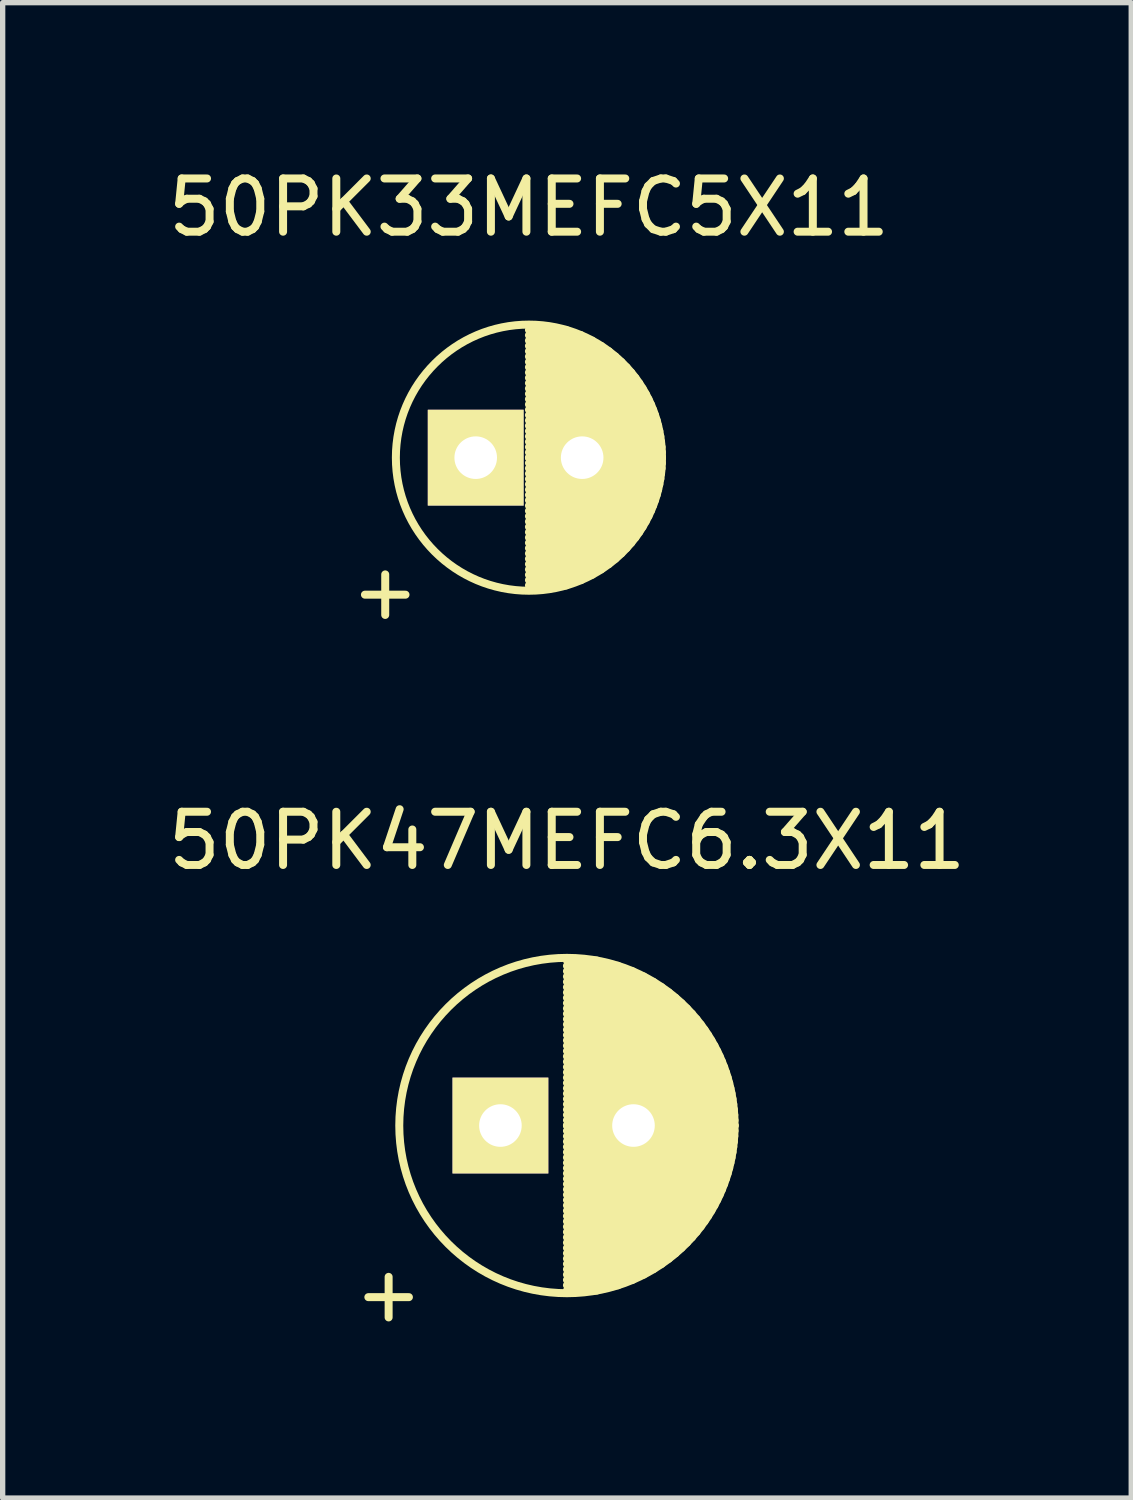
<source format=kicad_pcb>
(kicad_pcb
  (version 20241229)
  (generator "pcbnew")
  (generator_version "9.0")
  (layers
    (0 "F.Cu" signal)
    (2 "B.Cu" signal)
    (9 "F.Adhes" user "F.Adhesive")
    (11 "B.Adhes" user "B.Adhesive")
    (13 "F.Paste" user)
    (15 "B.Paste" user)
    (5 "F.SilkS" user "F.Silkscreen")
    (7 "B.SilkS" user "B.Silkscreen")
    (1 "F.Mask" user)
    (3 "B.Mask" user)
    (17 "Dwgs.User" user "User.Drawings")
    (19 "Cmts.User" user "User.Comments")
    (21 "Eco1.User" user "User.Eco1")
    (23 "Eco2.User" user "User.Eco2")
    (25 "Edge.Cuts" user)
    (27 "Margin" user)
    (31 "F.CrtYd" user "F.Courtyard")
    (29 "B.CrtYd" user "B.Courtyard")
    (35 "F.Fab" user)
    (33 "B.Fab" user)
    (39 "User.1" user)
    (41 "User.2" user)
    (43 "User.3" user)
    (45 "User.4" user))
  (footprint "50PK47MEFC6.3X11"
    (layer "F.Cu")
    (at 6.351 18.095)
    (property "Reference" "50PK47MEFC6.3X11" (at 1.25 -5.35 0) (layer "F.SilkS") (effects (font (size 1 1) (thickness 0.15))))
    (attr through_hole)
    (fp_line (start 1.25 -3.1) (end 1.809 -3.1) (stroke (width 0.15) (type solid)) (layer "F.SilkS"))
    (fp_line (start 1.25 -3) (end 2.21 -3) (stroke (width 0.15) (type solid)) (layer "F.SilkS"))
    (fp_line (start 1.25 -2.9) (end 2.48 -2.9) (stroke (width 0.15) (type solid)) (layer "F.SilkS"))
    (fp_line (start 1.25 -2.8) (end 2.693 -2.8) (stroke (width 0.15) (type solid)) (layer "F.SilkS"))
    (fp_line (start 1.25 -2.7) (end 2.872 -2.7) (stroke (width 0.15) (type solid)) (layer "F.SilkS"))
    (fp_line (start 1.25 -2.6) (end 3.028 -2.6) (stroke (width 0.15) (type solid)) (layer "F.SilkS"))
    (fp_line (start 1.25 -2.5) (end 3.166 -2.5) (stroke (width 0.15) (type solid)) (layer "F.SilkS"))
    (fp_line (start 1.25 -2.4) (end 3.29 -2.4) (stroke (width 0.15) (type solid)) (layer "F.SilkS"))
    (fp_line (start 1.25 -2.3) (end 3.402 -2.3) (stroke (width 0.15) (type solid)) (layer "F.SilkS"))
    (fp_line (start 1.25 -2.2) (end 3.504 -2.2) (stroke (width 0.15) (type solid)) (layer "F.SilkS"))
    (fp_line (start 1.25 -2.1) (end 3.598 -2.1) (stroke (width 0.15) (type solid)) (layer "F.SilkS"))
    (fp_line (start 1.25 -2) (end 3.684 -2) (stroke (width 0.15) (type solid)) (layer "F.SilkS"))
    (fp_line (start 1.25 -1.9) (end 3.762 -1.9) (stroke (width 0.15) (type solid)) (layer "F.SilkS"))
    (fp_line (start 1.25 -1.8) (end 3.835 -1.8) (stroke (width 0.15) (type solid)) (layer "F.SilkS"))
    (fp_line (start 1.25 -1.7) (end 3.902 -1.7) (stroke (width 0.15) (type solid)) (layer "F.SilkS"))
    (fp_line (start 1.25 -1.6) (end 3.963 -1.6) (stroke (width 0.15) (type solid)) (layer "F.SilkS"))
    (fp_line (start 1.25 -1.5) (end 4.02 -1.5) (stroke (width 0.15) (type solid)) (layer "F.SilkS"))
    (fp_line (start 1.25 -1.4) (end 4.072 -1.4) (stroke (width 0.15) (type solid)) (layer "F.SilkS"))
    (fp_line (start 1.25 -1.3) (end 4.119 -1.3) (stroke (width 0.15) (type solid)) (layer "F.SilkS"))
    (fp_line (start 1.25 -1.2) (end 4.162 -1.2) (stroke (width 0.15) (type solid)) (layer "F.SilkS"))
    (fp_line (start 1.25 -1.1) (end 4.202 -1.1) (stroke (width 0.15) (type solid)) (layer "F.SilkS"))
    (fp_line (start 1.25 -1) (end 4.237 -1) (stroke (width 0.15) (type solid)) (layer "F.SilkS"))
    (fp_line (start 1.25 -0.9) (end 4.269 -0.9) (stroke (width 0.15) (type solid)) (layer "F.SilkS"))
    (fp_line (start 1.25 -0.8) (end 4.297 -0.8) (stroke (width 0.15) (type solid)) (layer "F.SilkS"))
    (fp_line (start 1.25 -0.7) (end 4.321 -0.7) (stroke (width 0.15) (type solid)) (layer "F.SilkS"))
    (fp_line (start 1.25 -0.6) (end 4.342 -0.6) (stroke (width 0.15) (type solid)) (layer "F.SilkS"))
    (fp_line (start 1.25 -0.5) (end 4.36 -0.5) (stroke (width 0.15) (type solid)) (layer "F.SilkS"))
    (fp_line (start 1.25 -0.4) (end 4.375 -0.4) (stroke (width 0.15) (type solid)) (layer "F.SilkS"))
    (fp_line (start 1.25 -0.3) (end 4.386 -0.3) (stroke (width 0.15) (type solid)) (layer "F.SilkS"))
    (fp_line (start 1.25 -0.2) (end 4.394 -0.2) (stroke (width 0.15) (type solid)) (layer "F.SilkS"))
    (fp_line (start 1.25 -0.1) (end 4.398 -0.1) (stroke (width 0.15) (type solid)) (layer "F.SilkS"))
    (fp_line (start 1.25 0) (end 4.4 0) (stroke (width 0.15) (type solid)) (layer "F.SilkS"))
    (fp_line (start 1.25 0) (end 4.4 0) (stroke (width 0.15) (type solid)) (layer "F.SilkS"))
    (fp_line (start 1.25 0.1) (end 4.398 0.1) (stroke (width 0.15) (type solid)) (layer "F.SilkS"))
    (fp_line (start 1.25 0.2) (end 4.394 0.2) (stroke (width 0.15) (type solid)) (layer "F.SilkS"))
    (fp_line (start 1.25 0.3) (end 4.386 0.3) (stroke (width 0.15) (type solid)) (layer "F.SilkS"))
    (fp_line (start 1.25 0.4) (end 4.375 0.4) (stroke (width 0.15) (type solid)) (layer "F.SilkS"))
    (fp_line (start 1.25 0.5) (end 4.36 0.5) (stroke (width 0.15) (type solid)) (layer "F.SilkS"))
    (fp_line (start 1.25 0.6) (end 4.342 0.6) (stroke (width 0.15) (type solid)) (layer "F.SilkS"))
    (fp_line (start 1.25 0.7) (end 4.321 0.7) (stroke (width 0.15) (type solid)) (layer "F.SilkS"))
    (fp_line (start 1.25 0.8) (end 4.297 0.8) (stroke (width 0.15) (type solid)) (layer "F.SilkS"))
    (fp_line (start 1.25 0.9) (end 4.269 0.9) (stroke (width 0.15) (type solid)) (layer "F.SilkS"))
    (fp_line (start 1.25 1) (end 4.237 1) (stroke (width 0.15) (type solid)) (layer "F.SilkS"))
    (fp_line (start 1.25 1.1) (end 4.202 1.1) (stroke (width 0.15) (type solid)) (layer "F.SilkS"))
    (fp_line (start 1.25 1.2) (end 4.162 1.2) (stroke (width 0.15) (type solid)) (layer "F.SilkS"))
    (fp_line (start 1.25 1.3) (end 4.119 1.3) (stroke (width 0.15) (type solid)) (layer "F.SilkS"))
    (fp_line (start 1.25 1.4) (end 4.072 1.4) (stroke (width 0.15) (type solid)) (layer "F.SilkS"))
    (fp_line (start 1.25 1.5) (end 4.02 1.5) (stroke (width 0.15) (type solid)) (layer "F.SilkS"))
    (fp_line (start 1.25 1.6) (end 3.963 1.6) (stroke (width 0.15) (type solid)) (layer "F.SilkS"))
    (fp_line (start 1.25 1.7) (end 3.902 1.7) (stroke (width 0.15) (type solid)) (layer "F.SilkS"))
    (fp_line (start 1.25 1.8) (end 3.835 1.8) (stroke (width 0.15) (type solid)) (layer "F.SilkS"))
    (fp_line (start 1.25 1.9) (end 3.762 1.9) (stroke (width 0.15) (type solid)) (layer "F.SilkS"))
    (fp_line (start 1.25 2) (end 3.684 2) (stroke (width 0.15) (type solid)) (layer "F.SilkS"))
    (fp_line (start 1.25 2.1) (end 3.598 2.1) (stroke (width 0.15) (type solid)) (layer "F.SilkS"))
    (fp_line (start 1.25 2.2) (end 3.504 2.2) (stroke (width 0.15) (type solid)) (layer "F.SilkS"))
    (fp_line (start 1.25 2.3) (end 3.402 2.3) (stroke (width 0.15) (type solid)) (layer "F.SilkS"))
    (fp_line (start 1.25 2.4) (end 3.29 2.4) (stroke (width 0.15) (type solid)) (layer "F.SilkS"))
    (fp_line (start 1.25 2.5) (end 3.166 2.5) (stroke (width 0.15) (type solid)) (layer "F.SilkS"))
    (fp_line (start 1.25 2.6) (end 3.028 2.6) (stroke (width 0.15) (type solid)) (layer "F.SilkS"))
    (fp_line (start 1.25 2.7) (end 2.872 2.7) (stroke (width 0.15) (type solid)) (layer "F.SilkS"))
    (fp_line (start 1.25 2.8) (end 2.693 2.8) (stroke (width 0.15) (type solid)) (layer "F.SilkS"))
    (fp_line (start 1.25 2.9) (end 2.48 2.9) (stroke (width 0.15) (type solid)) (layer "F.SilkS"))
    (fp_line (start 1.25 3) (end 2.21 3) (stroke (width 0.15) (type solid)) (layer "F.SilkS"))
    (fp_line (start 1.25 3.1) (end 1.809 3.1) (stroke (width 0.15) (type solid)) (layer "F.SilkS"))
    (fp_circle (center 1.25 0) (end 1.25 -3.15) (stroke (width 0.15) (type solid)) (fill no) (layer "F.SilkS"))
    (fp_text user "+" (at -2.1 3.15 0) (layer "F.SilkS") (effects (font (size 1 1) (thickness 0.15))))
    (pad "1" thru_hole rect (at 0 0) (size 1.8 1.8) (drill 0.8) (layers "*.Cu" "*.Mask" "F.SilkS"))
    (pad "2" thru_hole circle (at 2.5 0) (size 1.8 1.8) (drill 0.8) (layers "*.Cu" "*.Mask" "F.SilkS")))
  (footprint "50PK33MEFC5X11"
    (layer "F.Cu")
    (at 5.887 5.548)
    (property "Reference" "50PK33MEFC5X11" (at 1 -4.7 0) (layer "F.SilkS") (effects (font (size 1 1) (thickness 0.15))))
    (attr through_hole)
    (fp_line (start 1 -2.4) (end 1.7 -2.4) (stroke (width 0.15) (type solid)) (layer "F.SilkS"))
    (fp_line (start 1 -2.3) (end 1.98 -2.3) (stroke (width 0.15) (type solid)) (layer "F.SilkS"))
    (fp_line (start 1 -2.2) (end 2.187 -2.2) (stroke (width 0.15) (type solid)) (layer "F.SilkS"))
    (fp_line (start 1 -2.1) (end 2.356 -2.1) (stroke (width 0.15) (type solid)) (layer "F.SilkS"))
    (fp_line (start 1 -2) (end 2.5 -2) (stroke (width 0.15) (type solid)) (layer "F.SilkS"))
    (fp_line (start 1 -1.9) (end 2.625 -1.9) (stroke (width 0.15) (type solid)) (layer "F.SilkS"))
    (fp_line (start 1 -1.8) (end 2.735 -1.8) (stroke (width 0.15) (type solid)) (layer "F.SilkS"))
    (fp_line (start 1 -1.7) (end 2.833 -1.7) (stroke (width 0.15) (type solid)) (layer "F.SilkS"))
    (fp_line (start 1 -1.6) (end 2.921 -1.6) (stroke (width 0.15) (type solid)) (layer "F.SilkS"))
    (fp_line (start 1 -1.5) (end 3 -1.5) (stroke (width 0.15) (type solid)) (layer "F.SilkS"))
    (fp_line (start 1 -1.4) (end 3.071 -1.4) (stroke (width 0.15) (type solid)) (layer "F.SilkS"))
    (fp_line (start 1 -1.3) (end 3.135 -1.3) (stroke (width 0.15) (type solid)) (layer "F.SilkS"))
    (fp_line (start 1 -1.2) (end 3.193 -1.2) (stroke (width 0.15) (type solid)) (layer "F.SilkS"))
    (fp_line (start 1 -1.1) (end 3.245 -1.1) (stroke (width 0.15) (type solid)) (layer "F.SilkS"))
    (fp_line (start 1 -1) (end 3.291 -1) (stroke (width 0.15) (type solid)) (layer "F.SilkS"))
    (fp_line (start 1 -0.9) (end 3.332 -0.9) (stroke (width 0.15) (type solid)) (layer "F.SilkS"))
    (fp_line (start 1 -0.8) (end 3.369 -0.8) (stroke (width 0.15) (type solid)) (layer "F.SilkS"))
    (fp_line (start 1 -0.7) (end 3.4 -0.7) (stroke (width 0.15) (type solid)) (layer "F.SilkS"))
    (fp_line (start 1 -0.6) (end 3.427 -0.6) (stroke (width 0.15) (type solid)) (layer "F.SilkS"))
    (fp_line (start 1 -0.5) (end 3.449 -0.5) (stroke (width 0.15) (type solid)) (layer "F.SilkS"))
    (fp_line (start 1 -0.4) (end 3.468 -0.4) (stroke (width 0.15) (type solid)) (layer "F.SilkS"))
    (fp_line (start 1 -0.3) (end 3.482 -0.3) (stroke (width 0.15) (type solid)) (layer "F.SilkS"))
    (fp_line (start 1 -0.2) (end 3.492 -0.2) (stroke (width 0.15) (type solid)) (layer "F.SilkS"))
    (fp_line (start 1 -0.1) (end 3.498 -0.1) (stroke (width 0.15) (type solid)) (layer "F.SilkS"))
    (fp_line (start 1 0) (end 3.5 0) (stroke (width 0.15) (type solid)) (layer "F.SilkS"))
    (fp_line (start 1 0) (end 3.5 0) (stroke (width 0.15) (type solid)) (layer "F.SilkS"))
    (fp_line (start 1 0.1) (end 3.498 0.1) (stroke (width 0.15) (type solid)) (layer "F.SilkS"))
    (fp_line (start 1 0.2) (end 3.492 0.2) (stroke (width 0.15) (type solid)) (layer "F.SilkS"))
    (fp_line (start 1 0.3) (end 3.482 0.3) (stroke (width 0.15) (type solid)) (layer "F.SilkS"))
    (fp_line (start 1 0.4) (end 3.468 0.4) (stroke (width 0.15) (type solid)) (layer "F.SilkS"))
    (fp_line (start 1 0.5) (end 3.449 0.5) (stroke (width 0.15) (type solid)) (layer "F.SilkS"))
    (fp_line (start 1 0.6) (end 3.427 0.6) (stroke (width 0.15) (type solid)) (layer "F.SilkS"))
    (fp_line (start 1 0.7) (end 3.4 0.7) (stroke (width 0.15) (type solid)) (layer "F.SilkS"))
    (fp_line (start 1 0.8) (end 3.369 0.8) (stroke (width 0.15) (type solid)) (layer "F.SilkS"))
    (fp_line (start 1 0.9) (end 3.332 0.9) (stroke (width 0.15) (type solid)) (layer "F.SilkS"))
    (fp_line (start 1 1) (end 3.291 1) (stroke (width 0.15) (type solid)) (layer "F.SilkS"))
    (fp_line (start 1 1.1) (end 3.245 1.1) (stroke (width 0.15) (type solid)) (layer "F.SilkS"))
    (fp_line (start 1 1.2) (end 3.193 1.2) (stroke (width 0.15) (type solid)) (layer "F.SilkS"))
    (fp_line (start 1 1.3) (end 3.135 1.3) (stroke (width 0.15) (type solid)) (layer "F.SilkS"))
    (fp_line (start 1 1.4) (end 3.071 1.4) (stroke (width 0.15) (type solid)) (layer "F.SilkS"))
    (fp_line (start 1 1.5) (end 3 1.5) (stroke (width 0.15) (type solid)) (layer "F.SilkS"))
    (fp_line (start 1 1.6) (end 2.921 1.6) (stroke (width 0.15) (type solid)) (layer "F.SilkS"))
    (fp_line (start 1 1.7) (end 2.833 1.7) (stroke (width 0.15) (type solid)) (layer "F.SilkS"))
    (fp_line (start 1 1.8) (end 2.735 1.8) (stroke (width 0.15) (type solid)) (layer "F.SilkS"))
    (fp_line (start 1 1.9) (end 2.625 1.9) (stroke (width 0.15) (type solid)) (layer "F.SilkS"))
    (fp_line (start 1 2) (end 2.5 2) (stroke (width 0.15) (type solid)) (layer "F.SilkS"))
    (fp_line (start 1 2.1) (end 2.356 2.1) (stroke (width 0.15) (type solid)) (layer "F.SilkS"))
    (fp_line (start 1 2.2) (end 2.187 2.2) (stroke (width 0.15) (type solid)) (layer "F.SilkS"))
    (fp_line (start 1 2.3) (end 1.98 2.3) (stroke (width 0.15) (type solid)) (layer "F.SilkS"))
    (fp_line (start 1 2.4) (end 1.7 2.4) (stroke (width 0.15) (type solid)) (layer "F.SilkS"))
    (fp_circle (center 1 0) (end 1 -2.5) (stroke (width 0.15) (type solid)) (fill no) (layer "F.SilkS"))
    (fp_text user "+" (at -1.7 2.5 0) (layer "F.SilkS") (effects (font (size 1 1) (thickness 0.15))))
    (pad "1" thru_hole rect (at 0 0) (size 1.8 1.8) (drill 0.8) (layers "*.Cu" "*.Mask" "F.SilkS"))
    (pad "2" thru_hole circle (at 2 0) (size 1.8 1.8) (drill 0.8) (layers "*.Cu" "*.Mask" "F.SilkS")))
  (gr_rect
    (start -3 -3)
    (end 18.202 25.093)
    (stroke (width 0.1) (type default))
    (fill no)
    (layer "Edge.Cuts")))
</source>
